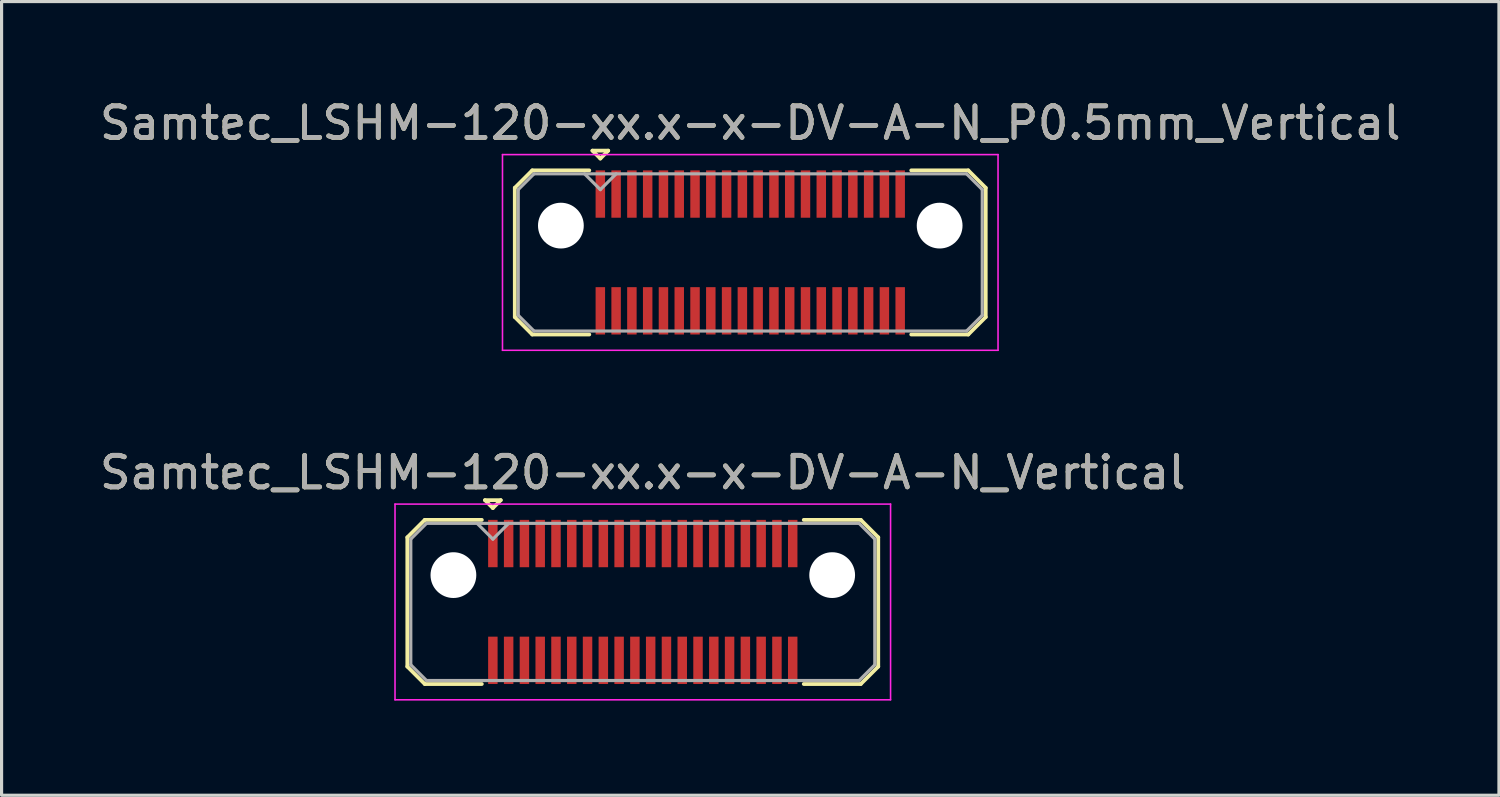
<source format=kicad_pcb>
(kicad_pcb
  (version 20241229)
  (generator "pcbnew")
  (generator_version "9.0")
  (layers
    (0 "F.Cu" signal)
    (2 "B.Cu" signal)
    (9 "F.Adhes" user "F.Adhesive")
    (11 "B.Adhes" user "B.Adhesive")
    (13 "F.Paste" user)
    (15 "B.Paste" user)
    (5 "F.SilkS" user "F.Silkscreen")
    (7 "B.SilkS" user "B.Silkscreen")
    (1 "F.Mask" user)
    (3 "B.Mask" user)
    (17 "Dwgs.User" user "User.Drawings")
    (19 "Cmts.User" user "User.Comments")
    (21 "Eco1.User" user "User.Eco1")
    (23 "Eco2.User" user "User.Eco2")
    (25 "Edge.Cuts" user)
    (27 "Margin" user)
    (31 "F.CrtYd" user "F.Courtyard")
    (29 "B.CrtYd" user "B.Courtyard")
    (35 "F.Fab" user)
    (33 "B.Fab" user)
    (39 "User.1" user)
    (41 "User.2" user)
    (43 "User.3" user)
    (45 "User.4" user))
  (footprint "Samtec_LSHM-120-xx.x-x-DV-A-N_Vertical"
    (layer "F.Cu")
    (at 17.315 16.021)
    (property "Reference" "Samtec_LSHM-120-xx.x-x-DV-A-N_Vertical" (at 0 -4.1 0) (layer "F.SilkS") (effects (font (size 1 1) (thickness 0.15))))
    (attr smd)
    (fp_line (start -7.46 -2.047) (end -7.46 2.047) (stroke (width 0.12) (type solid)) (layer "F.SilkS"))
    (fp_line (start -7.46 2.047) (end -6.907 2.6) (stroke (width 0.12) (type solid)) (layer "F.SilkS"))
    (fp_line (start -6.907 -2.6) (end -7.46 -2.047) (stroke (width 0.12) (type solid)) (layer "F.SilkS"))
    (fp_line (start -6.907 2.6) (end -5.1 2.6) (stroke (width 0.12) (type solid)) (layer "F.SilkS"))
    (fp_line (start -5.1 -2.6) (end -6.907 -2.6) (stroke (width 0.12) (type solid)) (layer "F.SilkS"))
    (fp_line (start -5 -3.225) (end -4.5 -3.225) (stroke (width 0.12) (type solid)) (layer "F.SilkS"))
    (fp_line (start -4.75 -2.975) (end -5 -3.225) (stroke (width 0.12) (type solid)) (layer "F.SilkS"))
    (fp_line (start -4.5 -3.225) (end -4.75 -2.975) (stroke (width 0.12) (type solid)) (layer "F.SilkS"))
    (fp_line (start 5.1 -2.6) (end 6.907 -2.6) (stroke (width 0.12) (type solid)) (layer "F.SilkS"))
    (fp_line (start 6.907 -2.6) (end 7.46 -2.047) (stroke (width 0.12) (type solid)) (layer "F.SilkS"))
    (fp_line (start 6.907 2.6) (end 5.1 2.6) (stroke (width 0.12) (type solid)) (layer "F.SilkS"))
    (fp_line (start 7.46 -2.047) (end 7.46 2.047) (stroke (width 0.12) (type solid)) (layer "F.SilkS"))
    (fp_line (start 7.46 2.047) (end 6.907 2.6) (stroke (width 0.12) (type solid)) (layer "F.SilkS"))
    (fp_line (start -7.85 -3.1) (end -7.85 3.1) (stroke (width 0.05) (type solid)) (layer "F.CrtYd"))
    (fp_line (start -7.85 3.1) (end 7.85 3.1) (stroke (width 0.05) (type solid)) (layer "F.CrtYd"))
    (fp_line (start 7.85 -3.1) (end -7.85 -3.1) (stroke (width 0.05) (type solid)) (layer "F.CrtYd"))
    (fp_line (start 7.85 3.1) (end 7.85 -3.1) (stroke (width 0.05) (type solid)) (layer "F.CrtYd"))
    (fp_line (start -7.35 -1.992) (end -7.35 1.992) (stroke (width 0.1) (type solid)) (layer "F.Fab"))
    (fp_line (start -7.35 1.992) (end -6.852 2.49) (stroke (width 0.1) (type solid)) (layer "F.Fab"))
    (fp_line (start -6.852 -2.49) (end -7.35 -1.992) (stroke (width 0.1) (type solid)) (layer "F.Fab"))
    (fp_line (start -6.852 2.49) (end 6.852 2.49) (stroke (width 0.1) (type solid)) (layer "F.Fab"))
    (fp_line (start -4.75 -1.99) (end -5.25 -2.49) (stroke (width 0.1) (type solid)) (layer "F.Fab"))
    (fp_line (start -4.25 -2.49) (end -4.75 -1.99) (stroke (width 0.1) (type solid)) (layer "F.Fab"))
    (fp_line (start 6.852 -2.49) (end -6.852 -2.49) (stroke (width 0.1) (type solid)) (layer "F.Fab"))
    (fp_line (start 6.852 2.49) (end 7.35 1.992) (stroke (width 0.1) (type solid)) (layer "F.Fab"))
    (fp_line (start 7.35 -1.992) (end 6.852 -2.49) (stroke (width 0.1) (type solid)) (layer "F.Fab"))
    (fp_line (start 7.35 1.992) (end 7.35 -1.992) (stroke (width 0.1) (type solid)) (layer "F.Fab"))
    (fp_text user "${REFERENCE}" (at 0 -4.1 0) (layer "F.Fab") (effects (font (size 1 1) (thickness 0.15))))
    (pad "" np_thru_hole circle (at -6 -0.85) (size 1.45 1.45) (drill 1.45) (layers "*.Cu" "*.Mask"))
    (pad "" np_thru_hole circle (at 6 -0.85) (size 1.45 1.45) (drill 1.45) (layers "*.Cu" "*.Mask"))
    (pad "1" smd rect (at -4.75 -1.85) (size 0.3 1.5) (layers "F.Cu" "F.Mask" "F.Paste"))
    (pad "2" smd rect (at -4.75 1.85) (size 0.3 1.5) (layers "F.Cu" "F.Mask" "F.Paste"))
    (pad "3" smd rect (at -4.25 -1.85) (size 0.3 1.5) (layers "F.Cu" "F.Mask" "F.Paste"))
    (pad "4" smd rect (at -4.25 1.85) (size 0.3 1.5) (layers "F.Cu" "F.Mask" "F.Paste"))
    (pad "5" smd rect (at -3.75 -1.85) (size 0.3 1.5) (layers "F.Cu" "F.Mask" "F.Paste"))
    (pad "6" smd rect (at -3.75 1.85) (size 0.3 1.5) (layers "F.Cu" "F.Mask" "F.Paste"))
    (pad "7" smd rect (at -3.25 -1.85) (size 0.3 1.5) (layers "F.Cu" "F.Mask" "F.Paste"))
    (pad "8" smd rect (at -3.25 1.85) (size 0.3 1.5) (layers "F.Cu" "F.Mask" "F.Paste"))
    (pad "9" smd rect (at -2.75 -1.85) (size 0.3 1.5) (layers "F.Cu" "F.Mask" "F.Paste"))
    (pad "10" smd rect (at -2.75 1.85) (size 0.3 1.5) (layers "F.Cu" "F.Mask" "F.Paste"))
    (pad "11" smd rect (at -2.25 -1.85) (size 0.3 1.5) (layers "F.Cu" "F.Mask" "F.Paste"))
    (pad "12" smd rect (at -2.25 1.85) (size 0.3 1.5) (layers "F.Cu" "F.Mask" "F.Paste"))
    (pad "13" smd rect (at -1.75 -1.85) (size 0.3 1.5) (layers "F.Cu" "F.Mask" "F.Paste"))
    (pad "14" smd rect (at -1.75 1.85) (size 0.3 1.5) (layers "F.Cu" "F.Mask" "F.Paste"))
    (pad "15" smd rect (at -1.25 -1.85) (size 0.3 1.5) (layers "F.Cu" "F.Mask" "F.Paste"))
    (pad "16" smd rect (at -1.25 1.85) (size 0.3 1.5) (layers "F.Cu" "F.Mask" "F.Paste"))
    (pad "17" smd rect (at -0.75 -1.85) (size 0.3 1.5) (layers "F.Cu" "F.Mask" "F.Paste"))
    (pad "18" smd rect (at -0.75 1.85) (size 0.3 1.5) (layers "F.Cu" "F.Mask" "F.Paste"))
    (pad "19" smd rect (at -0.25 -1.85) (size 0.3 1.5) (layers "F.Cu" "F.Mask" "F.Paste"))
    (pad "20" smd rect (at -0.25 1.85) (size 0.3 1.5) (layers "F.Cu" "F.Mask" "F.Paste"))
    (pad "21" smd rect (at 0.25 -1.85) (size 0.3 1.5) (layers "F.Cu" "F.Mask" "F.Paste"))
    (pad "22" smd rect (at 0.25 1.85) (size 0.3 1.5) (layers "F.Cu" "F.Mask" "F.Paste"))
    (pad "23" smd rect (at 0.75 -1.85) (size 0.3 1.5) (layers "F.Cu" "F.Mask" "F.Paste"))
    (pad "24" smd rect (at 0.75 1.85) (size 0.3 1.5) (layers "F.Cu" "F.Mask" "F.Paste"))
    (pad "25" smd rect (at 1.25 -1.85) (size 0.3 1.5) (layers "F.Cu" "F.Mask" "F.Paste"))
    (pad "26" smd rect (at 1.25 1.85) (size 0.3 1.5) (layers "F.Cu" "F.Mask" "F.Paste"))
    (pad "27" smd rect (at 1.75 -1.85) (size 0.3 1.5) (layers "F.Cu" "F.Mask" "F.Paste"))
    (pad "28" smd rect (at 1.75 1.85) (size 0.3 1.5) (layers "F.Cu" "F.Mask" "F.Paste"))
    (pad "29" smd rect (at 2.25 -1.85) (size 0.3 1.5) (layers "F.Cu" "F.Mask" "F.Paste"))
    (pad "30" smd rect (at 2.25 1.85) (size 0.3 1.5) (layers "F.Cu" "F.Mask" "F.Paste"))
    (pad "31" smd rect (at 2.75 -1.85) (size 0.3 1.5) (layers "F.Cu" "F.Mask" "F.Paste"))
    (pad "32" smd rect (at 2.75 1.85) (size 0.3 1.5) (layers "F.Cu" "F.Mask" "F.Paste"))
    (pad "33" smd rect (at 3.25 -1.85) (size 0.3 1.5) (layers "F.Cu" "F.Mask" "F.Paste"))
    (pad "34" smd rect (at 3.25 1.85) (size 0.3 1.5) (layers "F.Cu" "F.Mask" "F.Paste"))
    (pad "35" smd rect (at 3.75 -1.85) (size 0.3 1.5) (layers "F.Cu" "F.Mask" "F.Paste"))
    (pad "36" smd rect (at 3.75 1.85) (size 0.3 1.5) (layers "F.Cu" "F.Mask" "F.Paste"))
    (pad "37" smd rect (at 4.25 -1.85) (size 0.3 1.5) (layers "F.Cu" "F.Mask" "F.Paste"))
    (pad "38" smd rect (at 4.25 1.85) (size 0.3 1.5) (layers "F.Cu" "F.Mask" "F.Paste"))
    (pad "39" smd rect (at 4.75 -1.85) (size 0.3 1.5) (layers "F.Cu" "F.Mask" "F.Paste"))
    (pad "40" smd rect (at 4.75 1.85) (size 0.3 1.5) (layers "F.Cu" "F.Mask" "F.Paste")))
  (footprint "Samtec_LSHM-120-xx.x-x-DV-A-N_P0.5mm_Vertical"
    (layer "F.Cu")
    (at 20.72 4.948)
    (property "Reference" "Samtec_LSHM-120-xx.x-x-DV-A-N_P0.5mm_Vertical" (at 0 -4.1 0) (layer "F.SilkS") (effects (font (size 1 1) (thickness 0.15))))
    (attr smd)
    (fp_line (start -7.46 -2.047) (end -7.46 2.047) (stroke (width 0.12) (type solid)) (layer "F.SilkS"))
    (fp_line (start -7.46 2.047) (end -6.907 2.6) (stroke (width 0.12) (type solid)) (layer "F.SilkS"))
    (fp_line (start -6.907 -2.6) (end -7.46 -2.047) (stroke (width 0.12) (type solid)) (layer "F.SilkS"))
    (fp_line (start -6.907 2.6) (end -5.1 2.6) (stroke (width 0.12) (type solid)) (layer "F.SilkS"))
    (fp_line (start -5.1 -2.6) (end -6.907 -2.6) (stroke (width 0.12) (type solid)) (layer "F.SilkS"))
    (fp_line (start -5 -3.225) (end -4.5 -3.225) (stroke (width 0.12) (type solid)) (layer "F.SilkS"))
    (fp_line (start -4.75 -2.975) (end -5 -3.225) (stroke (width 0.12) (type solid)) (layer "F.SilkS"))
    (fp_line (start -4.5 -3.225) (end -4.75 -2.975) (stroke (width 0.12) (type solid)) (layer "F.SilkS"))
    (fp_line (start 5.1 -2.6) (end 6.907 -2.6) (stroke (width 0.12) (type solid)) (layer "F.SilkS"))
    (fp_line (start 6.907 -2.6) (end 7.46 -2.047) (stroke (width 0.12) (type solid)) (layer "F.SilkS"))
    (fp_line (start 6.907 2.6) (end 5.1 2.6) (stroke (width 0.12) (type solid)) (layer "F.SilkS"))
    (fp_line (start 7.46 -2.047) (end 7.46 2.047) (stroke (width 0.12) (type solid)) (layer "F.SilkS"))
    (fp_line (start 7.46 2.047) (end 6.907 2.6) (stroke (width 0.12) (type solid)) (layer "F.SilkS"))
    (fp_line (start -7.85 -3.1) (end -7.85 3.1) (stroke (width 0.05) (type solid)) (layer "F.CrtYd"))
    (fp_line (start -7.85 3.1) (end 7.85 3.1) (stroke (width 0.05) (type solid)) (layer "F.CrtYd"))
    (fp_line (start 7.85 -3.1) (end -7.85 -3.1) (stroke (width 0.05) (type solid)) (layer "F.CrtYd"))
    (fp_line (start 7.85 3.1) (end 7.85 -3.1) (stroke (width 0.05) (type solid)) (layer "F.CrtYd"))
    (fp_line (start -7.35 -1.992) (end -7.35 1.992) (stroke (width 0.1) (type solid)) (layer "F.Fab"))
    (fp_line (start -7.35 1.992) (end -6.852 2.49) (stroke (width 0.1) (type solid)) (layer "F.Fab"))
    (fp_line (start -6.852 -2.49) (end -7.35 -1.992) (stroke (width 0.1) (type solid)) (layer "F.Fab"))
    (fp_line (start -6.852 2.49) (end 6.852 2.49) (stroke (width 0.1) (type solid)) (layer "F.Fab"))
    (fp_line (start -4.75 -1.99) (end -5.25 -2.49) (stroke (width 0.1) (type solid)) (layer "F.Fab"))
    (fp_line (start -4.25 -2.49) (end -4.75 -1.99) (stroke (width 0.1) (type solid)) (layer "F.Fab"))
    (fp_line (start 6.852 -2.49) (end -6.852 -2.49) (stroke (width 0.1) (type solid)) (layer "F.Fab"))
    (fp_line (start 6.852 2.49) (end 7.35 1.992) (stroke (width 0.1) (type solid)) (layer "F.Fab"))
    (fp_line (start 7.35 -1.992) (end 6.852 -2.49) (stroke (width 0.1) (type solid)) (layer "F.Fab"))
    (fp_line (start 7.35 1.992) (end 7.35 -1.992) (stroke (width 0.1) (type solid)) (layer "F.Fab"))
    (fp_text user "${REFERENCE}" (at 0 -4.1 0) (layer "F.Fab") (effects (font (size 1 1) (thickness 0.15))))
    (pad "" np_thru_hole circle (at -6 -0.85) (size 1.45 1.45) (drill 1.45) (layers "*.Cu" "*.Mask"))
    (pad "" np_thru_hole circle (at 6 -0.85) (size 1.45 1.45) (drill 1.45) (layers "*.Cu" "*.Mask"))
    (pad "1" smd rect (at -4.75 -1.85) (size 0.3 1.5) (layers "F.Cu" "F.Mask" "F.Paste"))
    (pad "2" smd rect (at -4.75 1.85) (size 0.3 1.5) (layers "F.Cu" "F.Mask" "F.Paste"))
    (pad "3" smd rect (at -4.25 -1.85) (size 0.3 1.5) (layers "F.Cu" "F.Mask" "F.Paste"))
    (pad "4" smd rect (at -4.25 1.85) (size 0.3 1.5) (layers "F.Cu" "F.Mask" "F.Paste"))
    (pad "5" smd rect (at -3.75 -1.85) (size 0.3 1.5) (layers "F.Cu" "F.Mask" "F.Paste"))
    (pad "6" smd rect (at -3.75 1.85) (size 0.3 1.5) (layers "F.Cu" "F.Mask" "F.Paste"))
    (pad "7" smd rect (at -3.25 -1.85) (size 0.3 1.5) (layers "F.Cu" "F.Mask" "F.Paste"))
    (pad "8" smd rect (at -3.25 1.85) (size 0.3 1.5) (layers "F.Cu" "F.Mask" "F.Paste"))
    (pad "9" smd rect (at -2.75 -1.85) (size 0.3 1.5) (layers "F.Cu" "F.Mask" "F.Paste"))
    (pad "10" smd rect (at -2.75 1.85) (size 0.3 1.5) (layers "F.Cu" "F.Mask" "F.Paste"))
    (pad "11" smd rect (at -2.25 -1.85) (size 0.3 1.5) (layers "F.Cu" "F.Mask" "F.Paste"))
    (pad "12" smd rect (at -2.25 1.85) (size 0.3 1.5) (layers "F.Cu" "F.Mask" "F.Paste"))
    (pad "13" smd rect (at -1.75 -1.85) (size 0.3 1.5) (layers "F.Cu" "F.Mask" "F.Paste"))
    (pad "14" smd rect (at -1.75 1.85) (size 0.3 1.5) (layers "F.Cu" "F.Mask" "F.Paste"))
    (pad "15" smd rect (at -1.25 -1.85) (size 0.3 1.5) (layers "F.Cu" "F.Mask" "F.Paste"))
    (pad "16" smd rect (at -1.25 1.85) (size 0.3 1.5) (layers "F.Cu" "F.Mask" "F.Paste"))
    (pad "17" smd rect (at -0.75 -1.85) (size 0.3 1.5) (layers "F.Cu" "F.Mask" "F.Paste"))
    (pad "18" smd rect (at -0.75 1.85) (size 0.3 1.5) (layers "F.Cu" "F.Mask" "F.Paste"))
    (pad "19" smd rect (at -0.25 -1.85) (size 0.3 1.5) (layers "F.Cu" "F.Mask" "F.Paste"))
    (pad "20" smd rect (at -0.25 1.85) (size 0.3 1.5) (layers "F.Cu" "F.Mask" "F.Paste"))
    (pad "21" smd rect (at 0.25 -1.85) (size 0.3 1.5) (layers "F.Cu" "F.Mask" "F.Paste"))
    (pad "22" smd rect (at 0.25 1.85) (size 0.3 1.5) (layers "F.Cu" "F.Mask" "F.Paste"))
    (pad "23" smd rect (at 0.75 -1.85) (size 0.3 1.5) (layers "F.Cu" "F.Mask" "F.Paste"))
    (pad "24" smd rect (at 0.75 1.85) (size 0.3 1.5) (layers "F.Cu" "F.Mask" "F.Paste"))
    (pad "25" smd rect (at 1.25 -1.85) (size 0.3 1.5) (layers "F.Cu" "F.Mask" "F.Paste"))
    (pad "26" smd rect (at 1.25 1.85) (size 0.3 1.5) (layers "F.Cu" "F.Mask" "F.Paste"))
    (pad "27" smd rect (at 1.75 -1.85) (size 0.3 1.5) (layers "F.Cu" "F.Mask" "F.Paste"))
    (pad "28" smd rect (at 1.75 1.85) (size 0.3 1.5) (layers "F.Cu" "F.Mask" "F.Paste"))
    (pad "29" smd rect (at 2.25 -1.85) (size 0.3 1.5) (layers "F.Cu" "F.Mask" "F.Paste"))
    (pad "30" smd rect (at 2.25 1.85) (size 0.3 1.5) (layers "F.Cu" "F.Mask" "F.Paste"))
    (pad "31" smd rect (at 2.75 -1.85) (size 0.3 1.5) (layers "F.Cu" "F.Mask" "F.Paste"))
    (pad "32" smd rect (at 2.75 1.85) (size 0.3 1.5) (layers "F.Cu" "F.Mask" "F.Paste"))
    (pad "33" smd rect (at 3.25 -1.85) (size 0.3 1.5) (layers "F.Cu" "F.Mask" "F.Paste"))
    (pad "34" smd rect (at 3.25 1.85) (size 0.3 1.5) (layers "F.Cu" "F.Mask" "F.Paste"))
    (pad "35" smd rect (at 3.75 -1.85) (size 0.3 1.5) (layers "F.Cu" "F.Mask" "F.Paste"))
    (pad "36" smd rect (at 3.75 1.85) (size 0.3 1.5) (layers "F.Cu" "F.Mask" "F.Paste"))
    (pad "37" smd rect (at 4.25 -1.85) (size 0.3 1.5) (layers "F.Cu" "F.Mask" "F.Paste"))
    (pad "38" smd rect (at 4.25 1.85) (size 0.3 1.5) (layers "F.Cu" "F.Mask" "F.Paste"))
    (pad "39" smd rect (at 4.75 -1.85) (size 0.3 1.5) (layers "F.Cu" "F.Mask" "F.Paste"))
    (pad "40" smd rect (at 4.75 1.85) (size 0.3 1.5) (layers "F.Cu" "F.Mask" "F.Paste")))
  (gr_rect
    (start -3 -3)
    (end 44.44 22.146)
    (stroke (width 0.1) (type default))
    (fill no)
    (layer "Edge.Cuts")))
</source>
